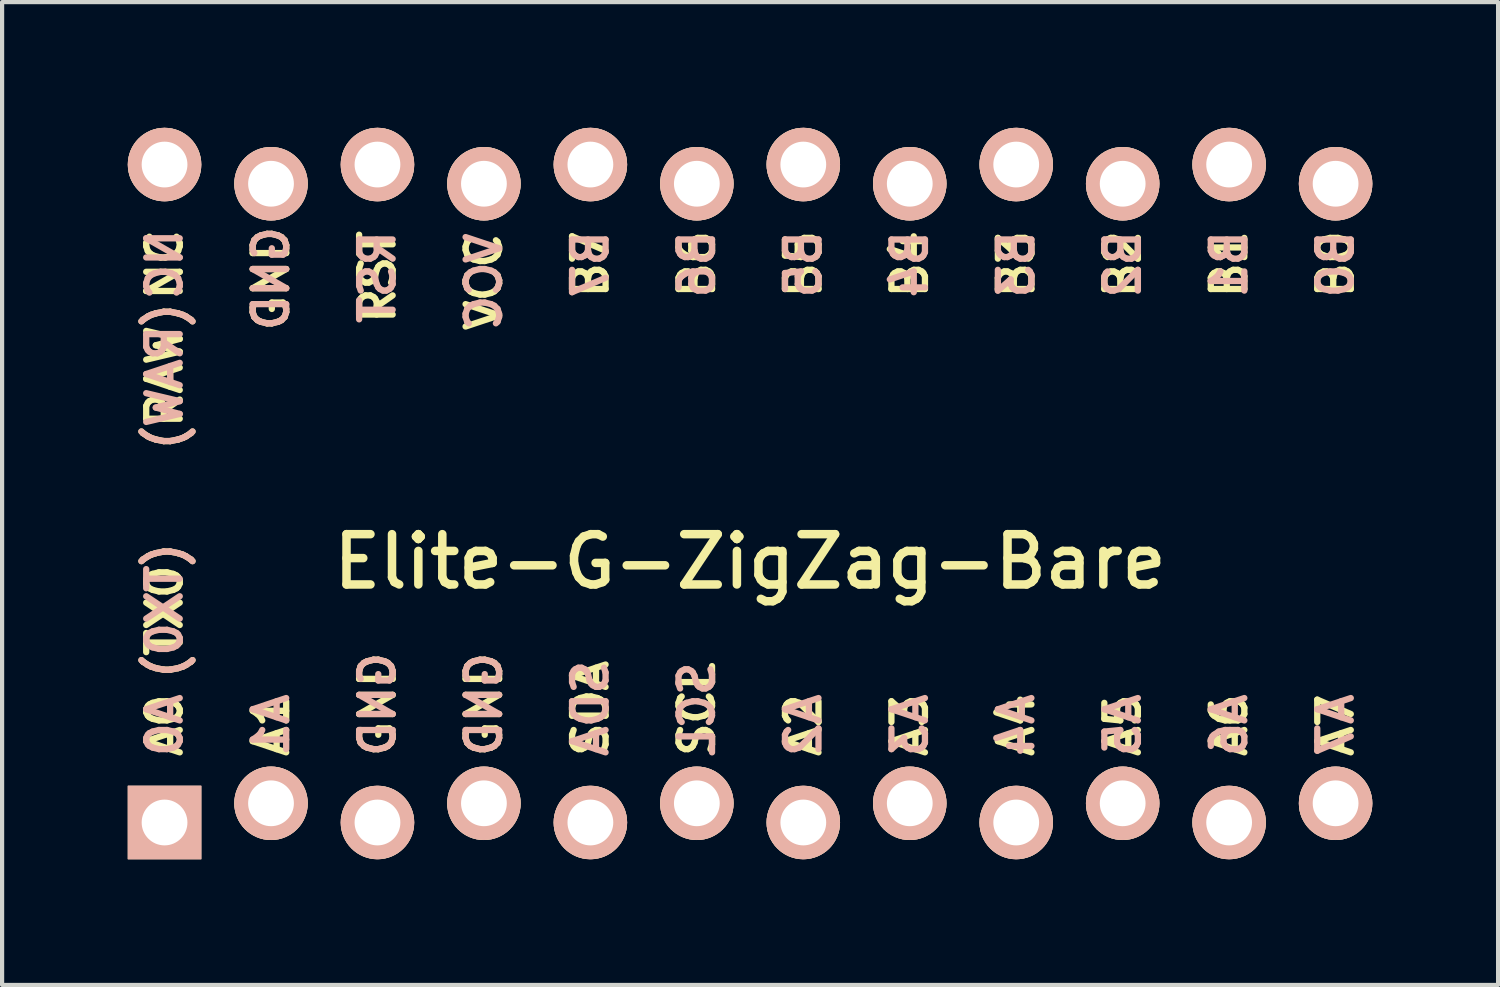
<source format=kicad_pcb>
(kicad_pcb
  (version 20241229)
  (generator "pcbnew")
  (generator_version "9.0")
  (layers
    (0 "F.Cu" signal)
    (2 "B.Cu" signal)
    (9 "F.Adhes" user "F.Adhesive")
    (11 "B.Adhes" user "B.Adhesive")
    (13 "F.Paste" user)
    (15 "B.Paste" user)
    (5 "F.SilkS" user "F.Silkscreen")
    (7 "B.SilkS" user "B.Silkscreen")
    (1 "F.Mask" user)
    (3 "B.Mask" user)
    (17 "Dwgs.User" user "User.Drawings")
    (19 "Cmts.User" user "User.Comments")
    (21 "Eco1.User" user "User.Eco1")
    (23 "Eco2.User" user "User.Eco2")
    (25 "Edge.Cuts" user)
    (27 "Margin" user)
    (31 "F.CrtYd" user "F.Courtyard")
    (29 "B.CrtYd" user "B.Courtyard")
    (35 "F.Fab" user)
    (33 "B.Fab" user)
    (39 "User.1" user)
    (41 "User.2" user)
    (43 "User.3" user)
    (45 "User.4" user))
  (footprint "Elite-G-ZigZag-Bare"
    (layer "F.Cu")
    (at 14.846 8.725)
    (property "Reference" "Elite-G-ZigZag-Bare" (at 0 1.625 0) (layer "F.SilkS") (effects (font (size 1.2 1.2) (thickness 0.203))))
    (fp_text user "GND" (at -6.35 6.35 270) (layer "F.SilkS") (effects (font (size 0.8 0.8) (thickness 0.15)) (justify left)))
    (fp_text user "A5" (at 8.89 6.35 270) (layer "F.SilkS") (effects (font (size 0.8 0.8) (thickness 0.15)) (justify left)))
    (fp_text user "A4" (at 6.35 6.35 270) (layer "F.SilkS") (effects (font (size 0.8 0.8) (thickness 0.15)) (justify left)))
    (fp_text user "B0" (at 13.97 -6.35 270) (layer "F.SilkS") (effects (font (size 0.8 0.8) (thickness 0.15)) (justify right)))
    (fp_text user "SDA" (at -3.81 6.35 270) (layer "F.SilkS") (effects (font (size 0.8 0.8) (thickness 0.15)) (justify left)))
    (fp_text user "A0" (at -13.97 6.35 270) (layer "F.SilkS") (effects (font (size 0.8 0.8) (thickness 0.15)) (justify left)))
    (fp_text user "B6" (at -1.27 -6.35 270) (layer "F.SilkS") (effects (font (size 0.8 0.8) (thickness 0.15)) (justify right)))
    (fp_text user "NC" (at -13.97 -5.461 90) (layer "F.SilkS") (effects (font (size 0.8 0.8) (thickness 0.15))))
    (fp_text user "VCC" (at -6.35 -3.81 270) (layer "F.SilkS") (effects (font (size 0.8 0.8) (thickness 0.15)) (justify left)))
    (fp_text user "B3" (at 6.35 -6.35 270) (layer "F.SilkS") (effects (font (size 0.8 0.8) (thickness 0.15)) (justify right)))
    (fp_text user "A7" (at 13.97 6.35 270) (layer "F.SilkS") (effects (font (size 0.8 0.8) (thickness 0.15)) (justify left)))
    (fp_text user "(TX0)" (at -13.97 2.794 90) (layer "F.SilkS") (effects (font (size 0.8 0.8) (thickness 0.15))))
    (fp_text user "A1" (at -11.43 6.35 270) (layer "F.SilkS") (effects (font (size 0.8 0.8) (thickness 0.15)) (justify left)))
    (fp_text user "GND" (at -8.89 6.35 270) (layer "F.SilkS") (effects (font (size 0.8 0.8) (thickness 0.15)) (justify left)))
    (fp_text user "A3" (at 3.81 6.35 270) (layer "F.SilkS") (effects (font (size 0.8 0.8) (thickness 0.15)) (justify left)))
    (fp_text user "B7" (at -3.81 -6.35 270) (layer "F.SilkS") (effects (font (size 0.8 0.8) (thickness 0.15)) (justify right)))
    (fp_text user "B4" (at 3.81 -6.35 270) (layer "F.SilkS") (effects (font (size 0.8 0.8) (thickness 0.15)) (justify right)))
    (fp_text user "A6" (at 11.43 6.35 270) (layer "F.SilkS") (effects (font (size 0.8 0.8) (thickness 0.15)) (justify left)))
    (fp_text user "GND" (at -11.43 -3.81 90) (layer "F.SilkS") (effects (font (size 0.8 0.8) (thickness 0.15)) (justify left)))
    (fp_text user "B5" (at 1.27 -6.35 270) (layer "F.SilkS") (effects (font (size 0.8 0.8) (thickness 0.15)) (justify right)))
    (fp_text user "(RAW)" (at -13.97 -2.794 90) (layer "F.SilkS") (effects (font (size 0.8 0.8) (thickness 0.15))))
    (fp_text user "RST" (at -8.89 -6.35 90) (layer "F.SilkS") (effects (font (size 0.8 0.8) (thickness 0.15)) (justify right)))
    (fp_text user "B2" (at 8.89 -6.35 270) (layer "F.SilkS") (effects (font (size 0.8 0.8) (thickness 0.15)) (justify right)))
    (fp_text user "B1" (at 11.43 -6.35 270) (layer "F.SilkS") (effects (font (size 0.8 0.8) (thickness 0.15)) (justify right)))
    (fp_text user "A2" (at 1.27 6.35 270) (layer "F.SilkS") (effects (font (size 0.8 0.8) (thickness 0.15)) (justify left)))
    (fp_text user "SCL" (at -1.27 6.35 270) (layer "F.SilkS") (effects (font (size 0.8 0.8) (thickness 0.15)) (justify left)))
    (fp_text user "B4" (at 3.81 -6.35 90) (layer "B.SilkS") (effects (font (size 0.8 0.8) (thickness 0.15)) (justify left mirror)))
    (fp_text user "(TX0)" (at -13.97 2.794 90) (layer "B.SilkS") (effects (font (size 0.8 0.8) (thickness 0.15)) (justify mirror)))
    (fp_text user "A6" (at 11.43 6.35 90) (layer "B.SilkS") (effects (font (size 0.8 0.8) (thickness 0.15)) (justify right mirror)))
    (fp_text user "NC" (at -13.97 -5.461 90) (layer "B.SilkS") (effects (font (size 0.8 0.8) (thickness 0.15)) (justify mirror)))
    (fp_text user "GND" (at -11.43 -3.81 90) (layer "B.SilkS") (effects (font (size 0.8 0.8) (thickness 0.15)) (justify right mirror)))
    (fp_text user "SCL" (at -1.27 6.35 90) (layer "B.SilkS") (effects (font (size 0.8 0.8) (thickness 0.15)) (justify right mirror)))
    (fp_text user "B2" (at 8.89 -6.35 90) (layer "B.SilkS") (effects (font (size 0.8 0.8) (thickness 0.15)) (justify left mirror)))
    (fp_text user "VCC" (at -6.35 -3.81 90) (layer "B.SilkS") (effects (font (size 0.8 0.8) (thickness 0.15)) (justify right mirror)))
    (fp_text user "RST" (at -8.89 -6.35 90) (layer "B.SilkS") (effects (font (size 0.8 0.8) (thickness 0.15)) (justify left mirror)))
    (fp_text user "A7" (at 13.97 6.35 90) (layer "B.SilkS") (effects (font (size 0.8 0.8) (thickness 0.15)) (justify right mirror)))
    (fp_text user "GND" (at -8.89 6.35 90) (layer "B.SilkS") (effects (font (size 0.8 0.8) (thickness 0.15)) (justify right mirror)))
    (fp_text user "GND" (at -6.35 6.35 90) (layer "B.SilkS") (effects (font (size 0.8 0.8) (thickness 0.15)) (justify right mirror)))
    (fp_text user "B5" (at 1.27 -6.35 90) (layer "B.SilkS") (effects (font (size 0.8 0.8) (thickness 0.15)) (justify left mirror)))
    (fp_text user "A1" (at -11.43 6.35 90) (layer "B.SilkS") (effects (font (size 0.8 0.8) (thickness 0.15)) (justify right mirror)))
    (fp_text user "A3" (at 3.81 6.35 90) (layer "B.SilkS") (effects (font (size 0.8 0.8) (thickness 0.15)) (justify right mirror)))
    (fp_text user "B0" (at 13.97 -6.35 90) (layer "B.SilkS") (effects (font (size 0.8 0.8) (thickness 0.15)) (justify left mirror)))
    (fp_text user "A5" (at 8.89 6.35 90) (layer "B.SilkS") (effects (font (size 0.8 0.8) (thickness 0.15)) (justify right mirror)))
    (fp_text user "SDA" (at -3.81 6.35 90) (layer "B.SilkS") (effects (font (size 0.8 0.8) (thickness 0.15)) (justify right mirror)))
    (fp_text user "(RAW)" (at -13.97 -2.794 90) (layer "B.SilkS") (effects (font (size 0.8 0.8) (thickness 0.15)) (justify mirror)))
    (fp_text user "B1" (at 11.43 -6.35 90) (layer "B.SilkS") (effects (font (size 0.8 0.8) (thickness 0.15)) (justify left mirror)))
    (fp_text user "A0" (at -13.97 6.35 90) (layer "B.SilkS") (effects (font (size 0.8 0.8) (thickness 0.15)) (justify right mirror)))
    (fp_text user "B6" (at -1.27 -6.35 90) (layer "B.SilkS") (effects (font (size 0.8 0.8) (thickness 0.15)) (justify left mirror)))
    (fp_text user "B3" (at 6.35 -6.35 90) (layer "B.SilkS") (effects (font (size 0.8 0.8) (thickness 0.15)) (justify left mirror)))
    (fp_text user "B7" (at -3.81 -6.35 90) (layer "B.SilkS") (effects (font (size 0.8 0.8) (thickness 0.15)) (justify left mirror)))
    (fp_text user "A4" (at 6.35 6.35 90) (layer "B.SilkS") (effects (font (size 0.8 0.8) (thickness 0.15)) (justify right mirror)))
    (fp_text user "A2" (at 1.27 6.35 90) (layer "B.SilkS") (effects (font (size 0.8 0.8) (thickness 0.15)) (justify right mirror)))
    (pad "1" thru_hole rect (at -13.97 7.849) (size 1.753 1.753) (drill 1.092) (layers "*.Cu" "*.SilkS" "*.Mask"))
    (pad "2" thru_hole circle (at -11.43 7.391) (size 1.753 1.753) (drill 1.092) (layers "*.Cu" "*.SilkS" "*.Mask"))
    (pad "3" thru_hole circle (at -8.89 7.849) (size 1.753 1.753) (drill 1.092) (layers "*.Cu" "*.SilkS" "*.Mask"))
    (pad "4" thru_hole circle (at -6.35 7.391) (size 1.753 1.753) (drill 1.092) (layers "*.Cu" "*.SilkS" "*.Mask"))
    (pad "5" thru_hole circle (at -3.81 7.849) (size 1.753 1.753) (drill 1.092) (layers "*.Cu" "*.SilkS" "*.Mask"))
    (pad "6" thru_hole circle (at -1.27 7.391) (size 1.753 1.753) (drill 1.092) (layers "*.Cu" "*.SilkS" "*.Mask"))
    (pad "7" thru_hole circle (at 1.27 7.849) (size 1.753 1.753) (drill 1.092) (layers "*.Cu" "*.SilkS" "*.Mask"))
    (pad "8" thru_hole circle (at 3.81 7.391) (size 1.753 1.753) (drill 1.092) (layers "*.Cu" "*.SilkS" "*.Mask"))
    (pad "9" thru_hole circle (at 6.35 7.849) (size 1.753 1.753) (drill 1.092) (layers "*.Cu" "*.SilkS" "*.Mask"))
    (pad "10" thru_hole circle (at 8.89 7.391) (size 1.753 1.753) (drill 1.092) (layers "*.Cu" "*.SilkS" "*.Mask"))
    (pad "11" thru_hole circle (at 11.43 7.849) (size 1.753 1.753) (drill 1.092) (layers "*.Cu" "*.SilkS" "*.Mask"))
    (pad "12" thru_hole circle (at 13.97 7.391) (size 1.753 1.753) (drill 1.092) (layers "*.Cu" "*.SilkS" "*.Mask"))
    (pad "13" thru_hole circle (at 13.97 -7.391) (size 1.753 1.753) (drill 1.092) (layers "*.Cu" "*.SilkS" "*.Mask"))
    (pad "14" thru_hole circle (at 11.43 -7.849) (size 1.753 1.753) (drill 1.092) (layers "*.Cu" "*.SilkS" "*.Mask"))
    (pad "15" thru_hole circle (at 8.89 -7.391) (size 1.753 1.753) (drill 1.092) (layers "*.Cu" "*.SilkS" "*.Mask"))
    (pad "16" thru_hole circle (at 6.35 -7.849) (size 1.753 1.753) (drill 1.092) (layers "*.Cu" "*.SilkS" "*.Mask"))
    (pad "17" thru_hole circle (at 3.81 -7.391) (size 1.753 1.753) (drill 1.092) (layers "*.Cu" "*.SilkS" "*.Mask"))
    (pad "18" thru_hole circle (at 1.27 -7.849) (size 1.753 1.753) (drill 1.092) (layers "*.Cu" "*.SilkS" "*.Mask"))
    (pad "19" thru_hole circle (at -1.27 -7.391) (size 1.753 1.753) (drill 1.092) (layers "*.Cu" "*.SilkS" "*.Mask"))
    (pad "20" thru_hole circle (at -3.81 -7.849) (size 1.753 1.753) (drill 1.092) (layers "*.Cu" "*.SilkS" "*.Mask"))
    (pad "21" thru_hole circle (at -6.35 -7.391) (size 1.753 1.753) (drill 1.092) (layers "*.Cu" "*.SilkS" "*.Mask"))
    (pad "22" thru_hole circle (at -8.89 -7.849) (size 1.753 1.753) (drill 1.092) (layers "*.Cu" "*.SilkS" "*.Mask"))
    (pad "23" thru_hole circle (at -11.43 -7.391) (size 1.753 1.753) (drill 1.092) (layers "*.Cu" "*.SilkS" "*.Mask"))
    (pad "24" thru_hole circle (at -13.97 -7.849) (size 1.753 1.753) (drill 1.092) (layers "*.Cu" "*.SilkS" "*.Mask")))
  (gr_rect
    (start -3 -3)
    (end 32.693 20.45)
    (stroke (width 0.1) (type default))
    (fill no)
    (layer "Edge.Cuts")))
</source>
